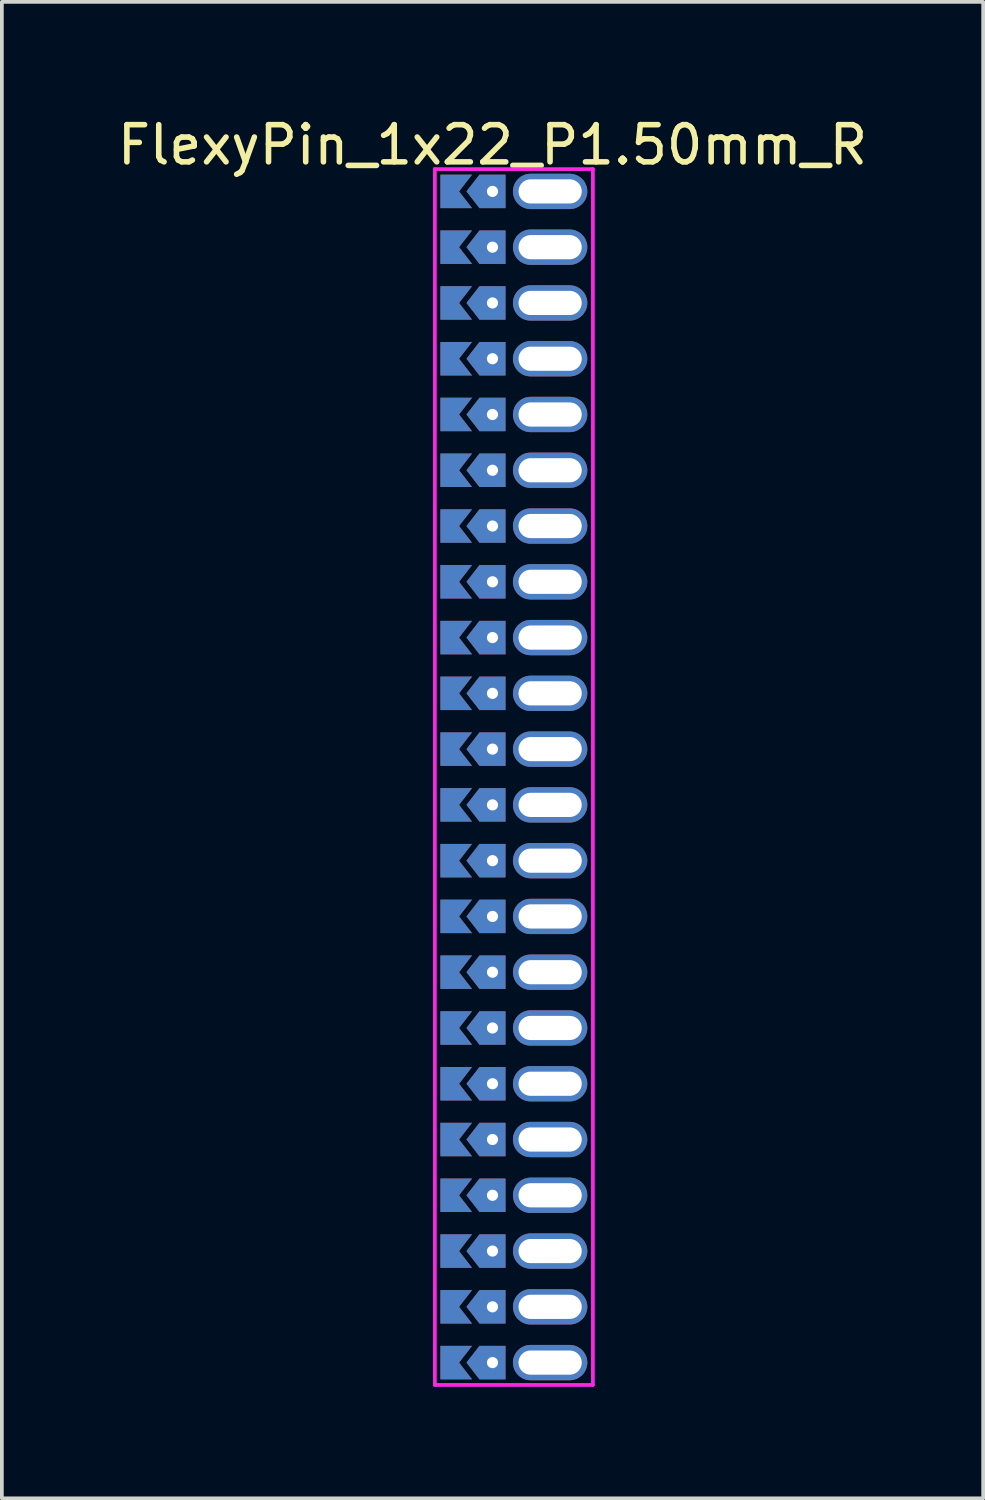
<source format=kicad_pcb>
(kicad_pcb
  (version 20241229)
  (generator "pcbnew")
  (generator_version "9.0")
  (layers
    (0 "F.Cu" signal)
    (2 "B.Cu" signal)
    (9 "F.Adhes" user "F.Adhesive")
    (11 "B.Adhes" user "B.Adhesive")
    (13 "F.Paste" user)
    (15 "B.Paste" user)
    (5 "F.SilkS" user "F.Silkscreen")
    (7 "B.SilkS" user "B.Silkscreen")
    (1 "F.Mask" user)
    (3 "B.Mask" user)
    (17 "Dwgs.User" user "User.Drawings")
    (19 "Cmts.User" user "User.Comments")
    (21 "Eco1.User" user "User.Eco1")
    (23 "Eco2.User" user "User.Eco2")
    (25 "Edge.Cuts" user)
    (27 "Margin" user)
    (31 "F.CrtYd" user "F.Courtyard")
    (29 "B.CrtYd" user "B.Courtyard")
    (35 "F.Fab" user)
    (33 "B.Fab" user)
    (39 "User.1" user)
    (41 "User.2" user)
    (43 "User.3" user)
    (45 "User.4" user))
  (footprint "FlexyPin_1x22_P1.50mm_R"
    (layer "F.Cu")
    (at 10.196 2.098)
    (property "Reference" "FlexyPin_1x22_P1.50mm_R" (at 0 -1.25 0) (layer "F.SilkS") (effects (font (size 1 1) (thickness 0.15))))
    (attr through_hole)
    (fp_line (start -1.55 -0.6) (end 2.7 -0.6) (stroke (width 0.1) (type solid)) (layer "F.CrtYd"))
    (fp_line (start -1.55 32.1) (end -1.55 -0.6) (stroke (width 0.1) (type solid)) (layer "F.CrtYd"))
    (fp_line (start 2.7 -0.6) (end 2.7 32.1) (stroke (width 0.1) (type solid)) (layer "F.CrtYd"))
    (fp_line (start 2.7 32.1) (end -1.55 32.1) (stroke (width 0.1) (type solid)) (layer "F.CrtYd"))
    (pad "" thru_hole custom (at 0 0) (size 0.3 0.3) (drill 0.6) (layers "*.Cu" "*.Mask") (options (anchor rect)) (primitives (gr_poly (pts (xy 0.35 0.45) (xy 0.35 -0.45) (xy -0.35 -0.45) (xy -0.7 0) (xy -0.35 0.45)) (width 0) (fill yes))))
    (pad "" thru_hole custom (at 0 1.5) (size 0.3 0.3) (drill 0.6) (layers "*.Cu" "*.Mask") (options (anchor rect)) (primitives (gr_poly (pts (xy 0.35 0.45) (xy 0.35 -0.45) (xy -0.35 -0.45) (xy -0.7 0) (xy -0.35 0.45)) (width 0) (fill yes))))
    (pad "" thru_hole custom (at 0 3) (size 0.3 0.3) (drill 0.6) (layers "*.Cu" "*.Mask") (options (anchor rect)) (primitives (gr_poly (pts (xy 0.35 0.45) (xy 0.35 -0.45) (xy -0.35 -0.45) (xy -0.7 0) (xy -0.35 0.45)) (width 0) (fill yes))))
    (pad "" thru_hole custom (at 0 4.5) (size 0.3 0.3) (drill 0.6) (layers "*.Cu" "*.Mask") (options (anchor rect)) (primitives (gr_poly (pts (xy 0.35 0.45) (xy 0.35 -0.45) (xy -0.35 -0.45) (xy -0.7 0) (xy -0.35 0.45)) (width 0) (fill yes))))
    (pad "" thru_hole custom (at 0 6) (size 0.3 0.3) (drill 0.6) (layers "*.Cu" "*.Mask") (options (anchor rect)) (primitives (gr_poly (pts (xy 0.35 0.45) (xy 0.35 -0.45) (xy -0.35 -0.45) (xy -0.7 0) (xy -0.35 0.45)) (width 0) (fill yes))))
    (pad "" thru_hole custom (at 0 7.5) (size 0.3 0.3) (drill 0.6) (layers "*.Cu" "*.Mask") (options (anchor rect)) (primitives (gr_poly (pts (xy 0.35 0.45) (xy 0.35 -0.45) (xy -0.35 -0.45) (xy -0.7 0) (xy -0.35 0.45)) (width 0) (fill yes))))
    (pad "" thru_hole custom (at 0 9) (size 0.3 0.3) (drill 0.6) (layers "*.Cu" "*.Mask") (options (anchor rect)) (primitives (gr_poly (pts (xy 0.35 0.45) (xy 0.35 -0.45) (xy -0.35 -0.45) (xy -0.7 0) (xy -0.35 0.45)) (width 0) (fill yes))))
    (pad "" thru_hole custom (at 0 10.5) (size 0.3 0.3) (drill 0.6) (layers "*.Cu" "*.Mask") (options (anchor rect)) (primitives (gr_poly (pts (xy 0.35 0.45) (xy 0.35 -0.45) (xy -0.35 -0.45) (xy -0.7 0) (xy -0.35 0.45)) (width 0) (fill yes))))
    (pad "" thru_hole custom (at 0 12) (size 0.3 0.3) (drill 0.6) (layers "*.Cu" "*.Mask") (options (anchor rect)) (primitives (gr_poly (pts (xy 0.35 0.45) (xy 0.35 -0.45) (xy -0.35 -0.45) (xy -0.7 0) (xy -0.35 0.45)) (width 0) (fill yes))))
    (pad "" thru_hole custom (at 0 13.5) (size 0.3 0.3) (drill 0.6) (layers "*.Cu" "*.Mask") (options (anchor rect)) (primitives (gr_poly (pts (xy 0.35 0.45) (xy 0.35 -0.45) (xy -0.35 -0.45) (xy -0.7 0) (xy -0.35 0.45)) (width 0) (fill yes))))
    (pad "" thru_hole custom (at 0 15) (size 0.3 0.3) (drill 0.6) (layers "*.Cu" "*.Mask") (options (anchor rect)) (primitives (gr_poly (pts (xy 0.35 0.45) (xy 0.35 -0.45) (xy -0.35 -0.45) (xy -0.7 0) (xy -0.35 0.45)) (width 0) (fill yes))))
    (pad "" thru_hole custom (at 0 16.5) (size 0.3 0.3) (drill 0.6) (layers "*.Cu" "*.Mask") (options (anchor rect)) (primitives (gr_poly (pts (xy 0.35 0.45) (xy 0.35 -0.45) (xy -0.35 -0.45) (xy -0.7 0) (xy -0.35 0.45)) (width 0) (fill yes))))
    (pad "" thru_hole custom (at 0 18) (size 0.3 0.3) (drill 0.6) (layers "*.Cu" "*.Mask") (options (anchor rect)) (primitives (gr_poly (pts (xy 0.35 0.45) (xy 0.35 -0.45) (xy -0.35 -0.45) (xy -0.7 0) (xy -0.35 0.45)) (width 0) (fill yes))))
    (pad "" thru_hole custom (at 0 19.5) (size 0.3 0.3) (drill 0.6) (layers "*.Cu" "*.Mask") (options (anchor rect)) (primitives (gr_poly (pts (xy 0.35 0.45) (xy 0.35 -0.45) (xy -0.35 -0.45) (xy -0.7 0) (xy -0.35 0.45)) (width 0) (fill yes))))
    (pad "" thru_hole custom (at 0 21) (size 0.3 0.3) (drill 0.6) (layers "*.Cu" "*.Mask") (options (anchor rect)) (primitives (gr_poly (pts (xy 0.35 0.45) (xy 0.35 -0.45) (xy -0.35 -0.45) (xy -0.7 0) (xy -0.35 0.45)) (width 0) (fill yes))))
    (pad "" thru_hole custom (at 0 22.5) (size 0.3 0.3) (drill 0.6) (layers "*.Cu" "*.Mask") (options (anchor rect)) (primitives (gr_poly (pts (xy 0.35 0.45) (xy 0.35 -0.45) (xy -0.35 -0.45) (xy -0.7 0) (xy -0.35 0.45)) (width 0) (fill yes))))
    (pad "" thru_hole custom (at 0 24) (size 0.3 0.3) (drill 0.6) (layers "*.Cu" "*.Mask") (options (anchor rect)) (primitives (gr_poly (pts (xy 0.35 0.45) (xy 0.35 -0.45) (xy -0.35 -0.45) (xy -0.7 0) (xy -0.35 0.45)) (width 0) (fill yes))))
    (pad "" thru_hole custom (at 0 25.5) (size 0.3 0.3) (drill 0.6) (layers "*.Cu" "*.Mask") (options (anchor rect)) (primitives (gr_poly (pts (xy 0.35 0.45) (xy 0.35 -0.45) (xy -0.35 -0.45) (xy -0.7 0) (xy -0.35 0.45)) (width 0) (fill yes))))
    (pad "" thru_hole custom (at 0 27) (size 0.3 0.3) (drill 0.6) (layers "*.Cu" "*.Mask") (options (anchor rect)) (primitives (gr_poly (pts (xy 0.35 0.45) (xy 0.35 -0.45) (xy -0.35 -0.45) (xy -0.7 0) (xy -0.35 0.45)) (width 0) (fill yes))))
    (pad "" thru_hole custom (at 0 28.5) (size 0.3 0.3) (drill 0.6) (layers "*.Cu" "*.Mask") (options (anchor rect)) (primitives (gr_poly (pts (xy 0.35 0.45) (xy 0.35 -0.45) (xy -0.35 -0.45) (xy -0.7 0) (xy -0.35 0.45)) (width 0) (fill yes))))
    (pad "" thru_hole custom (at 0 30) (size 0.3 0.3) (drill 0.6) (layers "*.Cu" "*.Mask") (options (anchor rect)) (primitives (gr_poly (pts (xy 0.35 0.45) (xy 0.35 -0.45) (xy -0.35 -0.45) (xy -0.7 0) (xy -0.35 0.45)) (width 0) (fill yes))))
    (pad "" thru_hole custom (at 0 31.5) (size 0.3 0.3) (drill 0.6) (layers "*.Cu" "*.Mask") (options (anchor rect)) (primitives (gr_poly (pts (xy 0.35 0.45) (xy 0.35 -0.45) (xy -0.35 -0.45) (xy -0.7 0) (xy -0.35 0.45)) (width 0) (fill yes))))
    (pad "" thru_hole oval (at 1.55 0) (size 2 0.95) (drill oval 1.7 0.65) (layers "*.Cu" "*.Mask"))
    (pad "" thru_hole oval (at 1.55 1.5) (size 2 0.95) (drill oval 1.7 0.65) (layers "*.Cu" "*.Mask"))
    (pad "" thru_hole oval (at 1.55 3) (size 2 0.95) (drill oval 1.7 0.65) (layers "*.Cu" "*.Mask"))
    (pad "" thru_hole oval (at 1.55 4.5) (size 2 0.95) (drill oval 1.7 0.65) (layers "*.Cu" "*.Mask"))
    (pad "" thru_hole oval (at 1.55 6) (size 2 0.95) (drill oval 1.7 0.65) (layers "*.Cu" "*.Mask"))
    (pad "" thru_hole oval (at 1.55 7.5) (size 2 0.95) (drill oval 1.7 0.65) (layers "*.Cu" "*.Mask"))
    (pad "" thru_hole oval (at 1.55 9) (size 2 0.95) (drill oval 1.7 0.65) (layers "*.Cu" "*.Mask"))
    (pad "" thru_hole oval (at 1.55 10.5) (size 2 0.95) (drill oval 1.7 0.65) (layers "*.Cu" "*.Mask"))
    (pad "" thru_hole oval (at 1.55 12) (size 2 0.95) (drill oval 1.7 0.65) (layers "*.Cu" "*.Mask"))
    (pad "" thru_hole oval (at 1.55 13.5) (size 2 0.95) (drill oval 1.7 0.65) (layers "*.Cu" "*.Mask"))
    (pad "" thru_hole oval (at 1.55 15) (size 2 0.95) (drill oval 1.7 0.65) (layers "*.Cu" "*.Mask"))
    (pad "" thru_hole oval (at 1.55 16.5) (size 2 0.95) (drill oval 1.7 0.65) (layers "*.Cu" "*.Mask"))
    (pad "" thru_hole oval (at 1.55 18) (size 2 0.95) (drill oval 1.7 0.65) (layers "*.Cu" "*.Mask"))
    (pad "" thru_hole oval (at 1.55 19.5) (size 2 0.95) (drill oval 1.7 0.65) (layers "*.Cu" "*.Mask"))
    (pad "" thru_hole oval (at 1.55 21) (size 2 0.95) (drill oval 1.7 0.65) (layers "*.Cu" "*.Mask"))
    (pad "" thru_hole oval (at 1.55 22.5) (size 2 0.95) (drill oval 1.7 0.65) (layers "*.Cu" "*.Mask"))
    (pad "" thru_hole oval (at 1.55 24) (size 2 0.95) (drill oval 1.7 0.65) (layers "*.Cu" "*.Mask"))
    (pad "" thru_hole oval (at 1.55 25.5) (size 2 0.95) (drill oval 1.7 0.65) (layers "*.Cu" "*.Mask"))
    (pad "" thru_hole oval (at 1.55 27) (size 2 0.95) (drill oval 1.7 0.65) (layers "*.Cu" "*.Mask"))
    (pad "" thru_hole oval (at 1.55 28.5) (size 2 0.95) (drill oval 1.7 0.65) (layers "*.Cu" "*.Mask"))
    (pad "" thru_hole oval (at 1.55 30) (size 2 0.95) (drill oval 1.7 0.65) (layers "*.Cu" "*.Mask"))
    (pad "" thru_hole oval (at 1.55 31.5) (size 2 0.95) (drill oval 1.7 0.65) (layers "*.Cu" "*.Mask"))
    (pad "1" smd custom (at -0.9 0) (size 0.01 0.01) (layers "F.Cu" "F.Mask") (options (anchor rect)) (primitives (gr_poly (pts (xy 0 0) (xy 0.35 0.45) (xy -0.5 0.45) (xy -0.5 -0.45) (xy 0.35 -0.45)) (width 0) (fill yes))))
    (pad "1" smd custom (at -0.9 1.5) (size 0.01 0.01) (layers "F.Cu" "F.Mask") (options (anchor rect)) (primitives (gr_poly (pts (xy 0 0) (xy 0.35 0.45) (xy -0.5 0.45) (xy -0.5 -0.45) (xy 0.35 -0.45)) (width 0) (fill yes))))
    (pad "1" smd custom (at -0.9 3) (size 0.01 0.01) (layers "F.Cu" "F.Mask") (options (anchor rect)) (primitives (gr_poly (pts (xy 0 0) (xy 0.35 0.45) (xy -0.5 0.45) (xy -0.5 -0.45) (xy 0.35 -0.45)) (width 0) (fill yes))))
    (pad "1" smd custom (at -0.9 4.5) (size 0.01 0.01) (layers "F.Cu" "F.Mask") (options (anchor rect)) (primitives (gr_poly (pts (xy 0 0) (xy 0.35 0.45) (xy -0.5 0.45) (xy -0.5 -0.45) (xy 0.35 -0.45)) (width 0) (fill yes))))
    (pad "1" smd custom (at -0.9 6) (size 0.01 0.01) (layers "F.Cu" "F.Mask") (options (anchor rect)) (primitives (gr_poly (pts (xy 0 0) (xy 0.35 0.45) (xy -0.5 0.45) (xy -0.5 -0.45) (xy 0.35 -0.45)) (width 0) (fill yes))))
    (pad "1" smd custom (at -0.9 7.5) (size 0.01 0.01) (layers "F.Cu" "F.Mask") (options (anchor rect)) (primitives (gr_poly (pts (xy 0 0) (xy 0.35 0.45) (xy -0.5 0.45) (xy -0.5 -0.45) (xy 0.35 -0.45)) (width 0) (fill yes))))
    (pad "1" smd custom (at -0.9 9) (size 0.01 0.01) (layers "F.Cu" "F.Mask") (options (anchor rect)) (primitives (gr_poly (pts (xy 0 0) (xy 0.35 0.45) (xy -0.5 0.45) (xy -0.5 -0.45) (xy 0.35 -0.45)) (width 0) (fill yes))))
    (pad "1" smd custom (at -0.9 10.5) (size 0.01 0.01) (layers "F.Cu" "F.Mask") (options (anchor rect)) (primitives (gr_poly (pts (xy 0 0) (xy 0.35 0.45) (xy -0.5 0.45) (xy -0.5 -0.45) (xy 0.35 -0.45)) (width 0) (fill yes))))
    (pad "1" smd custom (at -0.9 12) (size 0.01 0.01) (layers "F.Cu" "F.Mask") (options (anchor rect)) (primitives (gr_poly (pts (xy 0 0) (xy 0.35 0.45) (xy -0.5 0.45) (xy -0.5 -0.45) (xy 0.35 -0.45)) (width 0) (fill yes))))
    (pad "1" smd custom (at -0.9 13.5) (size 0.01 0.01) (layers "F.Cu" "F.Mask") (options (anchor rect)) (primitives (gr_poly (pts (xy 0 0) (xy 0.35 0.45) (xy -0.5 0.45) (xy -0.5 -0.45) (xy 0.35 -0.45)) (width 0) (fill yes))))
    (pad "1" smd custom (at -0.9 15) (size 0.01 0.01) (layers "F.Cu" "F.Mask") (options (anchor rect)) (primitives (gr_poly (pts (xy 0 0) (xy 0.35 0.45) (xy -0.5 0.45) (xy -0.5 -0.45) (xy 0.35 -0.45)) (width 0) (fill yes))))
    (pad "1" smd custom (at -0.9 16.5) (size 0.01 0.01) (layers "F.Cu" "F.Mask") (options (anchor rect)) (primitives (gr_poly (pts (xy 0 0) (xy 0.35 0.45) (xy -0.5 0.45) (xy -0.5 -0.45) (xy 0.35 -0.45)) (width 0) (fill yes))))
    (pad "1" smd custom (at -0.9 18) (size 0.01 0.01) (layers "F.Cu" "F.Mask") (options (anchor rect)) (primitives (gr_poly (pts (xy 0 0) (xy 0.35 0.45) (xy -0.5 0.45) (xy -0.5 -0.45) (xy 0.35 -0.45)) (width 0) (fill yes))))
    (pad "1" smd custom (at -0.9 19.5) (size 0.01 0.01) (layers "F.Cu" "F.Mask") (options (anchor rect)) (primitives (gr_poly (pts (xy 0 0) (xy 0.35 0.45) (xy -0.5 0.45) (xy -0.5 -0.45) (xy 0.35 -0.45)) (width 0) (fill yes))))
    (pad "1" smd custom (at -0.9 21) (size 0.01 0.01) (layers "F.Cu" "F.Mask") (options (anchor rect)) (primitives (gr_poly (pts (xy 0 0) (xy 0.35 0.45) (xy -0.5 0.45) (xy -0.5 -0.45) (xy 0.35 -0.45)) (width 0) (fill yes))))
    (pad "1" smd custom (at -0.9 22.5) (size 0.01 0.01) (layers "F.Cu" "F.Mask") (options (anchor rect)) (primitives (gr_poly (pts (xy 0 0) (xy 0.35 0.45) (xy -0.5 0.45) (xy -0.5 -0.45) (xy 0.35 -0.45)) (width 0) (fill yes))))
    (pad "1" smd custom (at -0.9 24) (size 0.01 0.01) (layers "F.Cu" "F.Mask") (options (anchor rect)) (primitives (gr_poly (pts (xy 0 0) (xy 0.35 0.45) (xy -0.5 0.45) (xy -0.5 -0.45) (xy 0.35 -0.45)) (width 0) (fill yes))))
    (pad "1" smd custom (at -0.9 25.5) (size 0.01 0.01) (layers "F.Cu" "F.Mask") (options (anchor rect)) (primitives (gr_poly (pts (xy 0 0) (xy 0.35 0.45) (xy -0.5 0.45) (xy -0.5 -0.45) (xy 0.35 -0.45)) (width 0) (fill yes))))
    (pad "1" smd custom (at -0.9 27) (size 0.01 0.01) (layers "F.Cu" "F.Mask") (options (anchor rect)) (primitives (gr_poly (pts (xy 0 0) (xy 0.35 0.45) (xy -0.5 0.45) (xy -0.5 -0.45) (xy 0.35 -0.45)) (width 0) (fill yes))))
    (pad "1" smd custom (at -0.9 28.5) (size 0.01 0.01) (layers "F.Cu" "F.Mask") (options (anchor rect)) (primitives (gr_poly (pts (xy 0 0) (xy 0.35 0.45) (xy -0.5 0.45) (xy -0.5 -0.45) (xy 0.35 -0.45)) (width 0) (fill yes))))
    (pad "1" smd custom (at -0.9 30) (size 0.01 0.01) (layers "F.Cu" "F.Mask") (options (anchor rect)) (primitives (gr_poly (pts (xy 0 0) (xy 0.35 0.45) (xy -0.5 0.45) (xy -0.5 -0.45) (xy 0.35 -0.45)) (width 0) (fill yes))))
    (pad "1" smd custom (at -0.9 31.5) (size 0.01 0.01) (layers "F.Cu" "F.Mask") (options (anchor rect)) (primitives (gr_poly (pts (xy 0 0) (xy 0.35 0.45) (xy -0.5 0.45) (xy -0.5 -0.45) (xy 0.35 -0.45)) (width 0) (fill yes))))
    (pad "2" smd custom (at -0.9 0) (size 0.01 0.01) (layers "B.Cu" "B.Mask") (options (anchor rect)) (primitives (gr_poly (pts (xy 0 0) (xy 0.35 0.45) (xy -0.5 0.45) (xy -0.5 -0.45) (xy 0.35 -0.45)) (width 0) (fill yes))))
    (pad "2" smd custom (at -0.9 1.5) (size 0.01 0.01) (layers "B.Cu" "B.Mask") (options (anchor rect)) (primitives (gr_poly (pts (xy 0 0) (xy 0.35 0.45) (xy -0.5 0.45) (xy -0.5 -0.45) (xy 0.35 -0.45)) (width 0) (fill yes))))
    (pad "2" smd custom (at -0.9 3) (size 0.01 0.01) (layers "B.Cu" "B.Mask") (options (anchor rect)) (primitives (gr_poly (pts (xy 0 0) (xy 0.35 0.45) (xy -0.5 0.45) (xy -0.5 -0.45) (xy 0.35 -0.45)) (width 0) (fill yes))))
    (pad "2" smd custom (at -0.9 4.5) (size 0.01 0.01) (layers "B.Cu" "B.Mask") (options (anchor rect)) (primitives (gr_poly (pts (xy 0 0) (xy 0.35 0.45) (xy -0.5 0.45) (xy -0.5 -0.45) (xy 0.35 -0.45)) (width 0) (fill yes))))
    (pad "2" smd custom (at -0.9 6) (size 0.01 0.01) (layers "B.Cu" "B.Mask") (options (anchor rect)) (primitives (gr_poly (pts (xy 0 0) (xy 0.35 0.45) (xy -0.5 0.45) (xy -0.5 -0.45) (xy 0.35 -0.45)) (width 0) (fill yes))))
    (pad "2" smd custom (at -0.9 7.5) (size 0.01 0.01) (layers "B.Cu" "B.Mask") (options (anchor rect)) (primitives (gr_poly (pts (xy 0 0) (xy 0.35 0.45) (xy -0.5 0.45) (xy -0.5 -0.45) (xy 0.35 -0.45)) (width 0) (fill yes))))
    (pad "2" smd custom (at -0.9 9) (size 0.01 0.01) (layers "B.Cu" "B.Mask") (options (anchor rect)) (primitives (gr_poly (pts (xy 0 0) (xy 0.35 0.45) (xy -0.5 0.45) (xy -0.5 -0.45) (xy 0.35 -0.45)) (width 0) (fill yes))))
    (pad "2" smd custom (at -0.9 10.5) (size 0.01 0.01) (layers "B.Cu" "B.Mask") (options (anchor rect)) (primitives (gr_poly (pts (xy 0 0) (xy 0.35 0.45) (xy -0.5 0.45) (xy -0.5 -0.45) (xy 0.35 -0.45)) (width 0) (fill yes))))
    (pad "2" smd custom (at -0.9 12) (size 0.01 0.01) (layers "B.Cu" "B.Mask") (options (anchor rect)) (primitives (gr_poly (pts (xy 0 0) (xy 0.35 0.45) (xy -0.5 0.45) (xy -0.5 -0.45) (xy 0.35 -0.45)) (width 0) (fill yes))))
    (pad "2" smd custom (at -0.9 13.5) (size 0.01 0.01) (layers "B.Cu" "B.Mask") (options (anchor rect)) (primitives (gr_poly (pts (xy 0 0) (xy 0.35 0.45) (xy -0.5 0.45) (xy -0.5 -0.45) (xy 0.35 -0.45)) (width 0) (fill yes))))
    (pad "2" smd custom (at -0.9 15) (size 0.01 0.01) (layers "B.Cu" "B.Mask") (options (anchor rect)) (primitives (gr_poly (pts (xy 0 0) (xy 0.35 0.45) (xy -0.5 0.45) (xy -0.5 -0.45) (xy 0.35 -0.45)) (width 0) (fill yes))))
    (pad "2" smd custom (at -0.9 16.5) (size 0.01 0.01) (layers "B.Cu" "B.Mask") (options (anchor rect)) (primitives (gr_poly (pts (xy 0 0) (xy 0.35 0.45) (xy -0.5 0.45) (xy -0.5 -0.45) (xy 0.35 -0.45)) (width 0) (fill yes))))
    (pad "2" smd custom (at -0.9 18) (size 0.01 0.01) (layers "B.Cu" "B.Mask") (options (anchor rect)) (primitives (gr_poly (pts (xy 0 0) (xy 0.35 0.45) (xy -0.5 0.45) (xy -0.5 -0.45) (xy 0.35 -0.45)) (width 0) (fill yes))))
    (pad "2" smd custom (at -0.9 19.5) (size 0.01 0.01) (layers "B.Cu" "B.Mask") (options (anchor rect)) (primitives (gr_poly (pts (xy 0 0) (xy 0.35 0.45) (xy -0.5 0.45) (xy -0.5 -0.45) (xy 0.35 -0.45)) (width 0) (fill yes))))
    (pad "2" smd custom (at -0.9 21) (size 0.01 0.01) (layers "B.Cu" "B.Mask") (options (anchor rect)) (primitives (gr_poly (pts (xy 0 0) (xy 0.35 0.45) (xy -0.5 0.45) (xy -0.5 -0.45) (xy 0.35 -0.45)) (width 0) (fill yes))))
    (pad "2" smd custom (at -0.9 22.5) (size 0.01 0.01) (layers "B.Cu" "B.Mask") (options (anchor rect)) (primitives (gr_poly (pts (xy 0 0) (xy 0.35 0.45) (xy -0.5 0.45) (xy -0.5 -0.45) (xy 0.35 -0.45)) (width 0) (fill yes))))
    (pad "2" smd custom (at -0.9 24) (size 0.01 0.01) (layers "B.Cu" "B.Mask") (options (anchor rect)) (primitives (gr_poly (pts (xy 0 0) (xy 0.35 0.45) (xy -0.5 0.45) (xy -0.5 -0.45) (xy 0.35 -0.45)) (width 0) (fill yes))))
    (pad "2" smd custom (at -0.9 25.5) (size 0.01 0.01) (layers "B.Cu" "B.Mask") (options (anchor rect)) (primitives (gr_poly (pts (xy 0 0) (xy 0.35 0.45) (xy -0.5 0.45) (xy -0.5 -0.45) (xy 0.35 -0.45)) (width 0) (fill yes))))
    (pad "2" smd custom (at -0.9 27) (size 0.01 0.01) (layers "B.Cu" "B.Mask") (options (anchor rect)) (primitives (gr_poly (pts (xy 0 0) (xy 0.35 0.45) (xy -0.5 0.45) (xy -0.5 -0.45) (xy 0.35 -0.45)) (width 0) (fill yes))))
    (pad "2" smd custom (at -0.9 28.5) (size 0.01 0.01) (layers "B.Cu" "B.Mask") (options (anchor rect)) (primitives (gr_poly (pts (xy 0 0) (xy 0.35 0.45) (xy -0.5 0.45) (xy -0.5 -0.45) (xy 0.35 -0.45)) (width 0) (fill yes))))
    (pad "2" smd custom (at -0.9 30) (size 0.01 0.01) (layers "B.Cu" "B.Mask") (options (anchor rect)) (primitives (gr_poly (pts (xy 0 0) (xy 0.35 0.45) (xy -0.5 0.45) (xy -0.5 -0.45) (xy 0.35 -0.45)) (width 0) (fill yes))))
    (pad "2" smd custom (at -0.9 31.5) (size 0.01 0.01) (layers "B.Cu" "B.Mask") (options (anchor rect)) (primitives (gr_poly (pts (xy 0 0) (xy 0.35 0.45) (xy -0.5 0.45) (xy -0.5 -0.45) (xy 0.35 -0.45)) (width 0) (fill yes)))))
  (gr_rect
    (start -3 -3)
    (end 23.393 37.248)
    (stroke (width 0.1) (type default))
    (fill no)
    (layer "Edge.Cuts")))
</source>
